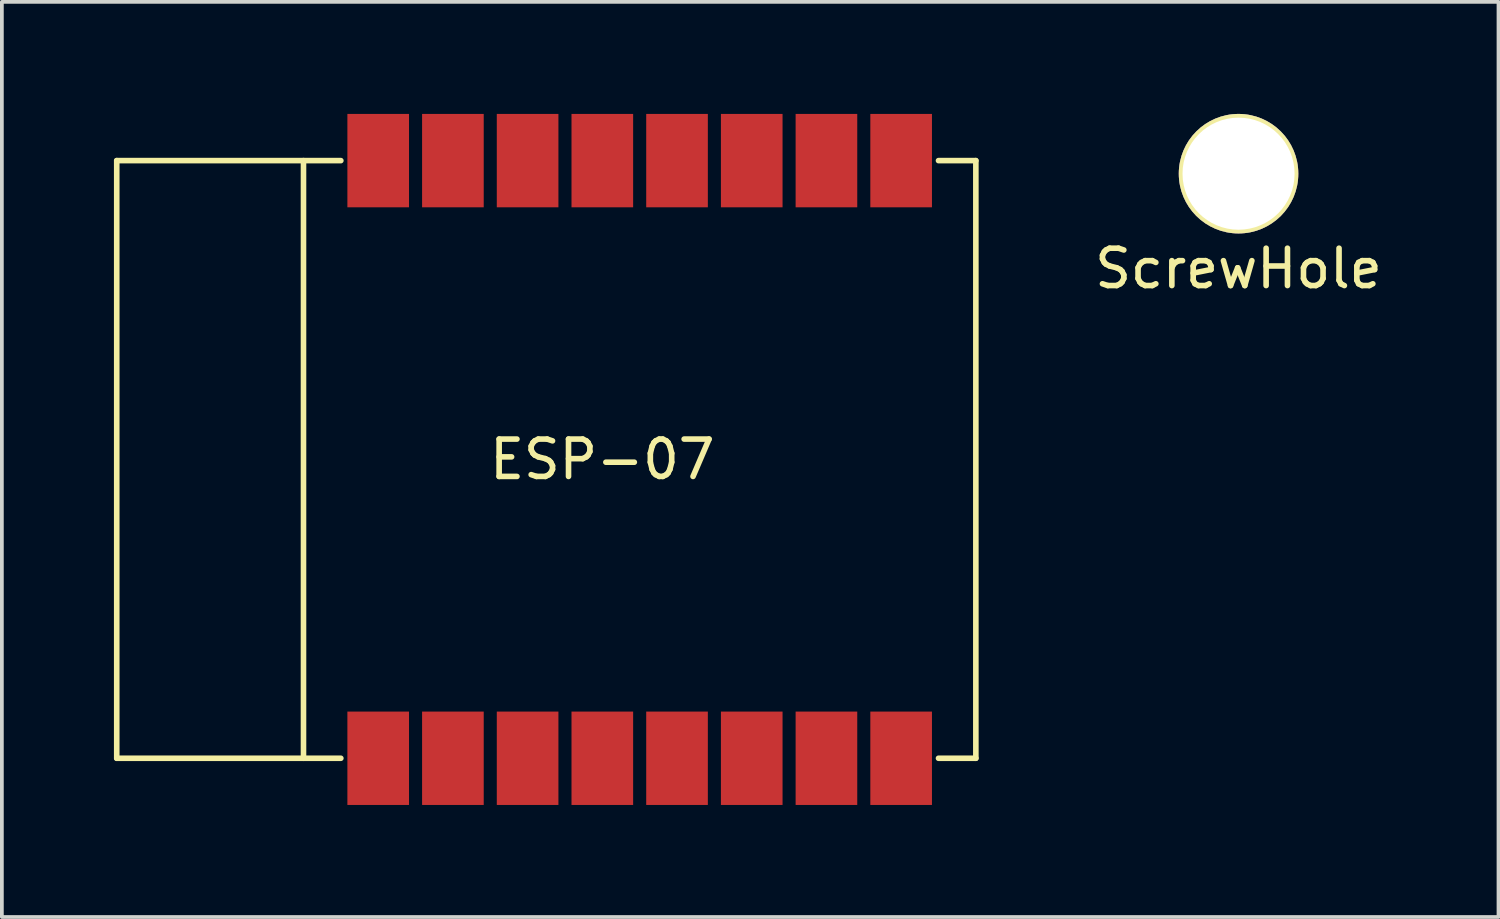
<source format=kicad_pcb>
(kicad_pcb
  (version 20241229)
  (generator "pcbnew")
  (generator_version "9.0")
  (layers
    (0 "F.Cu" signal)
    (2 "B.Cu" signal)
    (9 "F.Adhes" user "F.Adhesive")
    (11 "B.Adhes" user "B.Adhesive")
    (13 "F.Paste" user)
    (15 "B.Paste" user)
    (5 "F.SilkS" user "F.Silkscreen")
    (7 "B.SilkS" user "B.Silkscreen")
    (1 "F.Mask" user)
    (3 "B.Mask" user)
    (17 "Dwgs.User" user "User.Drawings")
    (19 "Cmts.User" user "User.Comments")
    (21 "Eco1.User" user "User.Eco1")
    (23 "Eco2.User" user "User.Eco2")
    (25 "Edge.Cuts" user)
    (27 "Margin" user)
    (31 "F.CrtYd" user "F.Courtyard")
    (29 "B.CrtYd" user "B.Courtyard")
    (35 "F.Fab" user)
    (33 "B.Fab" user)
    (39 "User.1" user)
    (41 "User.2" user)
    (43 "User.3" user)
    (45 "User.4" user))
  (footprint "ScrewHole"
    (layer "F.Cu")
    (at 30.108 1.6)
    (property "Reference" "ScrewHole" (at 0 2.54 0) (layer "F.SilkS") (effects (font (size 1 1) (thickness 0.15))))
    (attr through_hole)
    (pad "1" thru_hole circle (at 0 0) (size 3.2 3.2) (drill 3) (layers "*.Cu" "*.Mask" "F.SilkS")))
  (footprint "ESP-07"
    (layer "F.Cu")
    (at 13.075 9.25)
    (property "Reference" "ESP-07" (at 0 0 0) (layer "F.SilkS") (effects (font (size 1 1) (thickness 0.15))))
    (attr through_hole)
    (fp_line (start -13 -8) (end -7 -8) (stroke (width 0.15) (type solid)) (layer "F.SilkS"))
    (fp_line (start -13 8) (end -13 -8) (stroke (width 0.15) (type solid)) (layer "F.SilkS"))
    (fp_line (start -8 -8) (end -8 8) (stroke (width 0.15) (type solid)) (layer "F.SilkS"))
    (fp_line (start -7 8) (end -13 8) (stroke (width 0.15) (type solid)) (layer "F.SilkS"))
    (fp_line (start 9 8) (end 10 8) (stroke (width 0.15) (type solid)) (layer "F.SilkS"))
    (fp_line (start 10 -8) (end 9 -8) (stroke (width 0.15) (type solid)) (layer "F.SilkS"))
    (fp_line (start 10 8) (end 10 -8) (stroke (width 0.15) (type solid)) (layer "F.SilkS"))
    (pad "1" smd rect (at -6 8) (size 1.65 2.5) (layers "F.Cu" "F.Mask" "F.Paste"))
    (pad "2" smd rect (at -4 8) (size 1.65 2.5) (layers "F.Cu" "F.Mask" "F.Paste"))
    (pad "3" smd rect (at -2 8) (size 1.65 2.5) (layers "F.Cu" "F.Mask" "F.Paste"))
    (pad "4" smd rect (at 0 8) (size 1.65 2.5) (layers "F.Cu" "F.Mask" "F.Paste"))
    (pad "5" smd rect (at 2 8) (size 1.65 2.5) (layers "F.Cu" "F.Mask" "F.Paste"))
    (pad "6" smd rect (at 4 8) (size 1.65 2.5) (layers "F.Cu" "F.Mask" "F.Paste"))
    (pad "7" smd rect (at 6 8) (size 1.65 2.5) (layers "F.Cu" "F.Mask" "F.Paste"))
    (pad "8" smd rect (at 8 8) (size 1.65 2.5) (layers "F.Cu" "F.Mask" "F.Paste"))
    (pad "9" smd rect (at 8 -8) (size 1.65 2.5) (layers "F.Cu" "F.Mask" "F.Paste"))
    (pad "10" smd rect (at 6 -8) (size 1.65 2.5) (layers "F.Cu" "F.Mask" "F.Paste"))
    (pad "11" smd rect (at 4 -8) (size 1.65 2.5) (layers "F.Cu" "F.Mask" "F.Paste"))
    (pad "12" smd rect (at 2 -8) (size 1.65 2.5) (layers "F.Cu" "F.Mask" "F.Paste"))
    (pad "13" smd rect (at 0 -8) (size 1.65 2.5) (layers "F.Cu" "F.Mask" "F.Paste"))
    (pad "14" smd rect (at -2 -8) (size 1.65 2.5) (layers "F.Cu" "F.Mask" "F.Paste"))
    (pad "15" smd rect (at -4 -8) (size 1.65 2.5) (layers "F.Cu" "F.Mask" "F.Paste"))
    (pad "16" smd rect (at -6 -8) (size 1.65 2.5) (layers "F.Cu" "F.Mask" "F.Paste")))
  (gr_rect
    (start -3 -3)
    (end 37.067 21.5)
    (stroke (width 0.1) (type default))
    (fill no)
    (layer "Edge.Cuts")))
</source>
